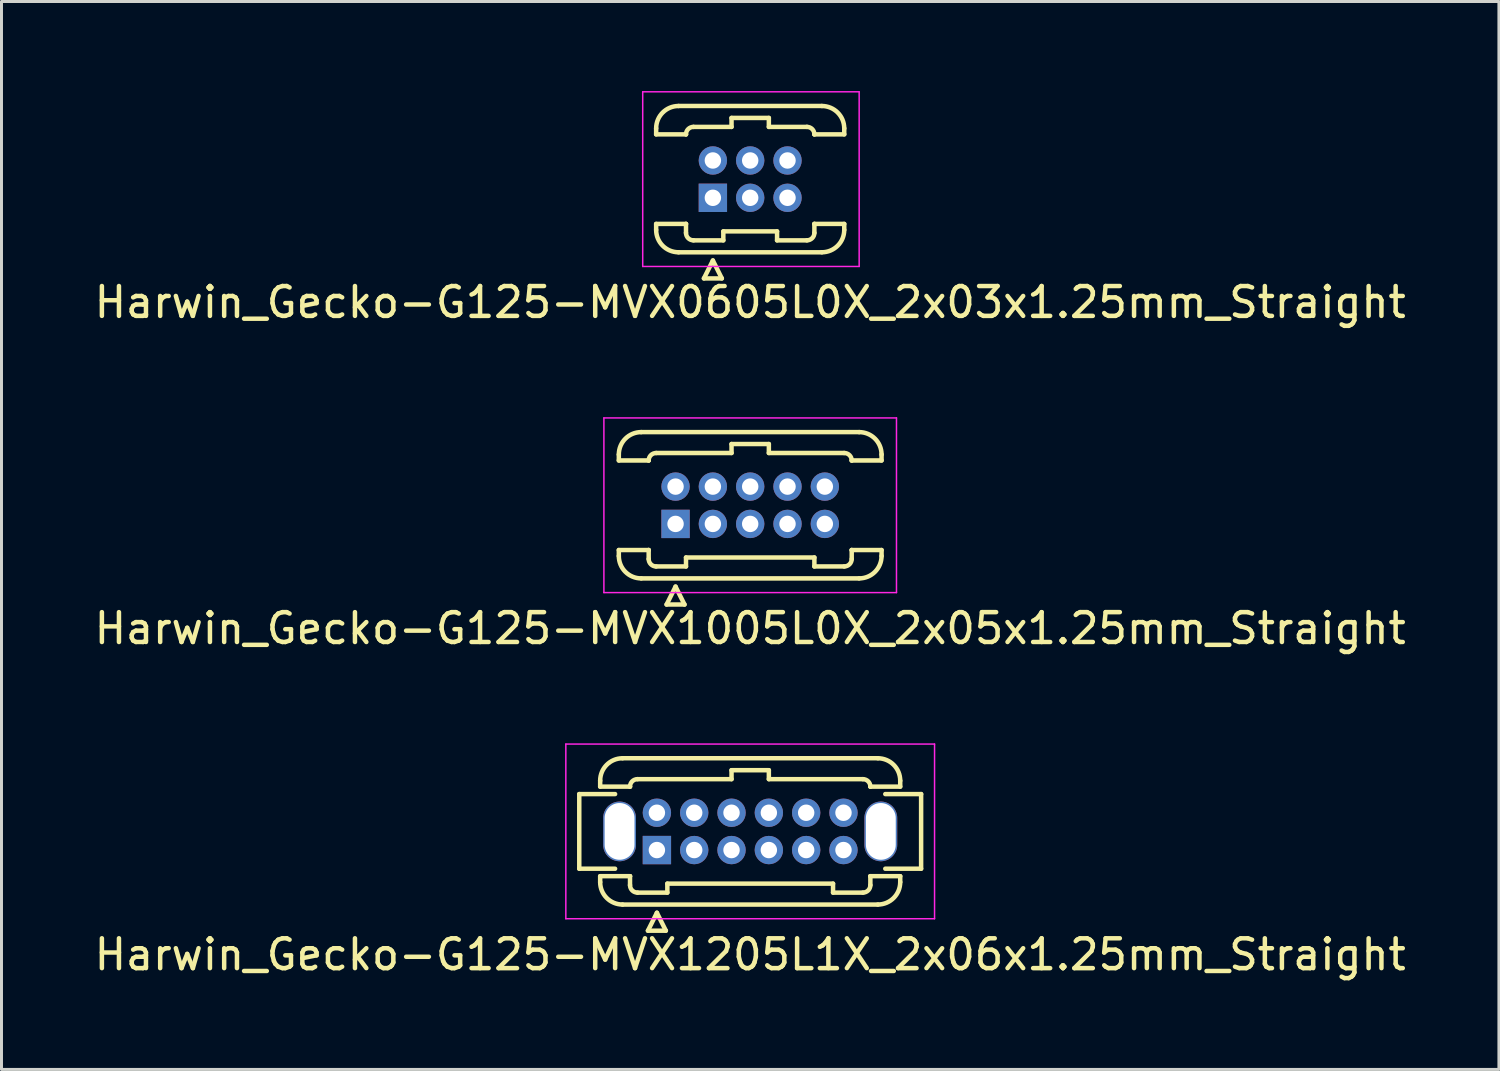
<source format=kicad_pcb>
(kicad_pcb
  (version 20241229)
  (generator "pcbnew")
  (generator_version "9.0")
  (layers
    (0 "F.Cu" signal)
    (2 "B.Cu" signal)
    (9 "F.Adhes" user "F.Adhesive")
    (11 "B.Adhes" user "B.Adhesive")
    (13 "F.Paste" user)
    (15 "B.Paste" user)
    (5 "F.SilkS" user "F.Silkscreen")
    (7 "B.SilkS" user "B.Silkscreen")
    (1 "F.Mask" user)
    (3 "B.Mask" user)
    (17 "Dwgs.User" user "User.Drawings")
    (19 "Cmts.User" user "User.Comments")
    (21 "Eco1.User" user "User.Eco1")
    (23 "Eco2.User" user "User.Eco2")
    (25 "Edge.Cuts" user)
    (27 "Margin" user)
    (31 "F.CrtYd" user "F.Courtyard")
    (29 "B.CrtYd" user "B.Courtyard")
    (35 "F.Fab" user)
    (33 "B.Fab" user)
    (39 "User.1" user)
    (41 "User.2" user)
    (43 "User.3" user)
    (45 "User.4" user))
  (footprint "Harwin_Gecko-G125-MVX1005L0X_2x05x1.25mm_Straight"
    (layer "F.Cu")
    (at 19.577 14.498)
    (property "Reference" "Harwin_Gecko-G125-MVX1005L0X_2x05x1.25mm_Straight" (at 2.5 3.5 0) (layer "F.SilkS") (effects (font (size 1 1) (thickness 0.15))))
    (attr through_hole)
    (fp_line (start -1.9 -2.325) (end -1.9 -2.125) (stroke (width 0.15) (type solid)) (layer "F.SilkS"))
    (fp_line (start -1.9 -2.125) (end -0.9 -2.125) (stroke (width 0.15) (type solid)) (layer "F.SilkS"))
    (fp_line (start -1.9 0.875) (end -0.9 0.875) (stroke (width 0.15) (type solid)) (layer "F.SilkS"))
    (fp_line (start -1.9 1.075) (end -1.9 0.875) (stroke (width 0.15) (type solid)) (layer "F.SilkS"))
    (fp_line (start -1.15 -3.075) (end 6.15 -3.075) (stroke (width 0.15) (type solid)) (layer "F.SilkS"))
    (fp_line (start -1.15 1.825) (end 6.15 1.825) (stroke (width 0.15) (type solid)) (layer "F.SilkS"))
    (fp_line (start -0.9 -2.125) (end -0.9 -2.125) (stroke (width 0.15) (type solid)) (layer "F.SilkS"))
    (fp_line (start -0.9 0.875) (end -0.9 0.875) (stroke (width 0.15) (type solid)) (layer "F.SilkS"))
    (fp_line (start -0.9 1.175) (end -0.9 0.875) (stroke (width 0.15) (type solid)) (layer "F.SilkS"))
    (fp_line (start -0.65 -2.375) (end 1.875 -2.375) (stroke (width 0.15) (type solid)) (layer "F.SilkS"))
    (fp_line (start -0.65 1.425) (end 0.35 1.425) (stroke (width 0.15) (type solid)) (layer "F.SilkS"))
    (fp_line (start -0.3 2.7) (end 0.3 2.7) (stroke (width 0.15) (type solid)) (layer "F.SilkS"))
    (fp_line (start 0 2.1) (end -0.3 2.7) (stroke (width 0.15) (type solid)) (layer "F.SilkS"))
    (fp_line (start 0.3 2.7) (end 0 2.1) (stroke (width 0.15) (type solid)) (layer "F.SilkS"))
    (fp_line (start 0.35 1.125) (end 4.65 1.125) (stroke (width 0.15) (type solid)) (layer "F.SilkS"))
    (fp_line (start 0.35 1.425) (end 0.35 1.125) (stroke (width 0.15) (type solid)) (layer "F.SilkS"))
    (fp_line (start 1.875 -2.675) (end 3.125 -2.675) (stroke (width 0.15) (type solid)) (layer "F.SilkS"))
    (fp_line (start 1.875 -2.375) (end 1.875 -2.675) (stroke (width 0.15) (type solid)) (layer "F.SilkS"))
    (fp_line (start 3.125 -2.675) (end 3.125 -2.375) (stroke (width 0.15) (type solid)) (layer "F.SilkS"))
    (fp_line (start 3.125 -2.375) (end 5.65 -2.375) (stroke (width 0.15) (type solid)) (layer "F.SilkS"))
    (fp_line (start 4.65 1.125) (end 4.65 1.425) (stroke (width 0.15) (type solid)) (layer "F.SilkS"))
    (fp_line (start 4.65 1.425) (end 5.65 1.425) (stroke (width 0.15) (type solid)) (layer "F.SilkS"))
    (fp_line (start 5.9 -2.125) (end 5.9 -2.125) (stroke (width 0.15) (type solid)) (layer "F.SilkS"))
    (fp_line (start 5.9 0.875) (end 5.9 0.875) (stroke (width 0.15) (type solid)) (layer "F.SilkS"))
    (fp_line (start 5.9 1.175) (end 5.9 0.875) (stroke (width 0.15) (type solid)) (layer "F.SilkS"))
    (fp_line (start 6.9 -2.325) (end 6.9 -2.125) (stroke (width 0.15) (type solid)) (layer "F.SilkS"))
    (fp_line (start 6.9 -2.125) (end 5.9 -2.125) (stroke (width 0.15) (type solid)) (layer "F.SilkS"))
    (fp_line (start 6.9 0.875) (end 5.9 0.875) (stroke (width 0.15) (type solid)) (layer "F.SilkS"))
    (fp_line (start 6.9 1.075) (end 6.9 0.875) (stroke (width 0.15) (type solid)) (layer "F.SilkS"))
    (fp_arc (start -1.9 -2.325) (mid -1.68033 -2.85533) (end -1.15 -3.075) (stroke (width 0.15) (type solid)) (layer "F.SilkS"))
    (fp_arc (start -1.15 1.825) (mid -1.68033 1.60533) (end -1.9 1.075) (stroke (width 0.15) (type solid)) (layer "F.SilkS"))
    (fp_arc (start -0.9 -2.125) (mid -0.826777 -2.301777) (end -0.65 -2.375) (stroke (width 0.15) (type solid)) (layer "F.SilkS"))
    (fp_arc (start -0.65 1.425) (mid -0.826777 1.351777) (end -0.9 1.175) (stroke (width 0.15) (type solid)) (layer "F.SilkS"))
    (fp_arc (start 5.65 -2.375) (mid 5.826777 -2.301777) (end 5.9 -2.125) (stroke (width 0.15) (type solid)) (layer "F.SilkS"))
    (fp_arc (start 5.9 1.175) (mid 5.826777 1.351777) (end 5.65 1.425) (stroke (width 0.15) (type solid)) (layer "F.SilkS"))
    (fp_arc (start 6.15 -3.075) (mid 6.68033 -2.85533) (end 6.9 -2.325) (stroke (width 0.15) (type solid)) (layer "F.SilkS"))
    (fp_arc (start 6.9 1.075) (mid 6.68033 1.60533) (end 6.15 1.825) (stroke (width 0.15) (type solid)) (layer "F.SilkS"))
    (fp_line (start -2.4 -3.55) (end -2.4 2.3) (stroke (width 0.05) (type solid)) (layer "F.CrtYd"))
    (fp_line (start -2.4 2.3) (end 7.4 2.3) (stroke (width 0.05) (type solid)) (layer "F.CrtYd"))
    (fp_line (start 7.4 -3.55) (end -2.4 -3.55) (stroke (width 0.05) (type solid)) (layer "F.CrtYd"))
    (fp_line (start 7.4 2.3) (end 7.4 -3.55) (stroke (width 0.05) (type solid)) (layer "F.CrtYd"))
    (pad "1" thru_hole rect (at 0 0) (size 0.95 0.95) (drill 0.55) (layers "*.Cu" "*.Mask"))
    (pad "2" thru_hole circle (at 0 -1.25) (size 0.95 0.95) (drill 0.55) (layers "*.Cu" "*.Mask"))
    (pad "3" thru_hole circle (at 1.25 0) (size 0.95 0.95) (drill 0.55) (layers "*.Cu" "*.Mask"))
    (pad "4" thru_hole circle (at 1.25 -1.25) (size 0.95 0.95) (drill 0.55) (layers "*.Cu" "*.Mask"))
    (pad "5" thru_hole circle (at 2.5 0) (size 0.95 0.95) (drill 0.55) (layers "*.Cu" "*.Mask"))
    (pad "6" thru_hole circle (at 2.5 -1.25) (size 0.95 0.95) (drill 0.55) (layers "*.Cu" "*.Mask"))
    (pad "7" thru_hole circle (at 3.75 0) (size 0.95 0.95) (drill 0.55) (layers "*.Cu" "*.Mask"))
    (pad "8" thru_hole circle (at 3.75 -1.25) (size 0.95 0.95) (drill 0.55) (layers "*.Cu" "*.Mask"))
    (pad "9" thru_hole circle (at 5 0) (size 0.95 0.95) (drill 0.55) (layers "*.Cu" "*.Mask"))
    (pad "10" thru_hole circle (at 5 -1.25) (size 0.95 0.95) (drill 0.55) (layers "*.Cu" "*.Mask")))
  (footprint "Harwin_Gecko-G125-MVX1205L1X_2x06x1.25mm_Straight"
    (layer "F.Cu")
    (at 18.952 25.422)
    (property "Reference" "Harwin_Gecko-G125-MVX1205L1X_2x06x1.25mm_Straight" (at 3.125 3.5 0) (layer "F.SilkS") (effects (font (size 1 1) (thickness 0.15))))
    (attr through_hole)
    (fp_line (start -2.6 -1.875) (end -2.6 0.625) (stroke (width 0.15) (type solid)) (layer "F.SilkS"))
    (fp_line (start -2.6 0.625) (end -1.4 0.625) (stroke (width 0.15) (type solid)) (layer "F.SilkS"))
    (fp_line (start -1.9 -2.325) (end -1.9 -2.125) (stroke (width 0.15) (type solid)) (layer "F.SilkS"))
    (fp_line (start -1.9 -2.125) (end -0.9 -2.125) (stroke (width 0.15) (type solid)) (layer "F.SilkS"))
    (fp_line (start -1.9 0.875) (end -0.9 0.875) (stroke (width 0.15) (type solid)) (layer "F.SilkS"))
    (fp_line (start -1.9 1.075) (end -1.9 0.875) (stroke (width 0.15) (type solid)) (layer "F.SilkS"))
    (fp_line (start -1.4 -1.875) (end -2.6 -1.875) (stroke (width 0.15) (type solid)) (layer "F.SilkS"))
    (fp_line (start -1.15 -3.075) (end 7.4 -3.075) (stroke (width 0.15) (type solid)) (layer "F.SilkS"))
    (fp_line (start -1.15 1.825) (end 7.4 1.825) (stroke (width 0.15) (type solid)) (layer "F.SilkS"))
    (fp_line (start -0.9 -2.125) (end -0.9 -2.125) (stroke (width 0.15) (type solid)) (layer "F.SilkS"))
    (fp_line (start -0.9 0.875) (end -0.9 0.875) (stroke (width 0.15) (type solid)) (layer "F.SilkS"))
    (fp_line (start -0.9 1.175) (end -0.9 0.875) (stroke (width 0.15) (type solid)) (layer "F.SilkS"))
    (fp_line (start -0.65 -2.375) (end 2.5 -2.375) (stroke (width 0.15) (type solid)) (layer "F.SilkS"))
    (fp_line (start -0.65 1.425) (end 0.35 1.425) (stroke (width 0.15) (type solid)) (layer "F.SilkS"))
    (fp_line (start -0.3 2.7) (end 0.3 2.7) (stroke (width 0.15) (type solid)) (layer "F.SilkS"))
    (fp_line (start 0 2.1) (end -0.3 2.7) (stroke (width 0.15) (type solid)) (layer "F.SilkS"))
    (fp_line (start 0.3 2.7) (end 0 2.1) (stroke (width 0.15) (type solid)) (layer "F.SilkS"))
    (fp_line (start 0.35 1.125) (end 5.9 1.125) (stroke (width 0.15) (type solid)) (layer "F.SilkS"))
    (fp_line (start 0.35 1.425) (end 0.35 1.125) (stroke (width 0.15) (type solid)) (layer "F.SilkS"))
    (fp_line (start 2.5 -2.675) (end 3.75 -2.675) (stroke (width 0.15) (type solid)) (layer "F.SilkS"))
    (fp_line (start 2.5 -2.375) (end 2.5 -2.675) (stroke (width 0.15) (type solid)) (layer "F.SilkS"))
    (fp_line (start 3.75 -2.675) (end 3.75 -2.375) (stroke (width 0.15) (type solid)) (layer "F.SilkS"))
    (fp_line (start 3.75 -2.375) (end 6.9 -2.375) (stroke (width 0.15) (type solid)) (layer "F.SilkS"))
    (fp_line (start 5.9 1.125) (end 5.9 1.425) (stroke (width 0.15) (type solid)) (layer "F.SilkS"))
    (fp_line (start 5.9 1.425) (end 6.9 1.425) (stroke (width 0.15) (type solid)) (layer "F.SilkS"))
    (fp_line (start 7.15 -2.125) (end 7.15 -2.125) (stroke (width 0.15) (type solid)) (layer "F.SilkS"))
    (fp_line (start 7.15 0.875) (end 7.15 0.875) (stroke (width 0.15) (type solid)) (layer "F.SilkS"))
    (fp_line (start 7.15 1.175) (end 7.15 0.875) (stroke (width 0.15) (type solid)) (layer "F.SilkS"))
    (fp_line (start 7.65 -1.875) (end 8.85 -1.875) (stroke (width 0.15) (type solid)) (layer "F.SilkS"))
    (fp_line (start 8.15 -2.325) (end 8.15 -2.125) (stroke (width 0.15) (type solid)) (layer "F.SilkS"))
    (fp_line (start 8.15 -2.125) (end 7.15 -2.125) (stroke (width 0.15) (type solid)) (layer "F.SilkS"))
    (fp_line (start 8.15 0.875) (end 7.15 0.875) (stroke (width 0.15) (type solid)) (layer "F.SilkS"))
    (fp_line (start 8.15 1.075) (end 8.15 0.875) (stroke (width 0.15) (type solid)) (layer "F.SilkS"))
    (fp_line (start 8.85 -1.875) (end 8.85 0.625) (stroke (width 0.15) (type solid)) (layer "F.SilkS"))
    (fp_line (start 8.85 0.625) (end 7.65 0.625) (stroke (width 0.15) (type solid)) (layer "F.SilkS"))
    (fp_arc (start -1.9 -2.325) (mid -1.68033 -2.85533) (end -1.15 -3.075) (stroke (width 0.15) (type solid)) (layer "F.SilkS"))
    (fp_arc (start -1.15 1.825) (mid -1.68033 1.60533) (end -1.9 1.075) (stroke (width 0.15) (type solid)) (layer "F.SilkS"))
    (fp_arc (start -0.9 -2.125) (mid -0.826777 -2.301777) (end -0.65 -2.375) (stroke (width 0.15) (type solid)) (layer "F.SilkS"))
    (fp_arc (start -0.65 1.425) (mid -0.826777 1.351777) (end -0.9 1.175) (stroke (width 0.15) (type solid)) (layer "F.SilkS"))
    (fp_arc (start 6.9 -2.375) (mid 7.076777 -2.301777) (end 7.15 -2.125) (stroke (width 0.15) (type solid)) (layer "F.SilkS"))
    (fp_arc (start 7.15 1.175) (mid 7.076777 1.351777) (end 6.9 1.425) (stroke (width 0.15) (type solid)) (layer "F.SilkS"))
    (fp_arc (start 7.4 -3.075) (mid 7.93033 -2.85533) (end 8.15 -2.325) (stroke (width 0.15) (type solid)) (layer "F.SilkS"))
    (fp_arc (start 8.15 1.075) (mid 7.93033 1.60533) (end 7.4 1.825) (stroke (width 0.15) (type solid)) (layer "F.SilkS"))
    (fp_line (start -3.05 -3.55) (end -3.05 2.3) (stroke (width 0.05) (type solid)) (layer "F.CrtYd"))
    (fp_line (start -3.05 2.3) (end 9.3 2.3) (stroke (width 0.05) (type solid)) (layer "F.CrtYd"))
    (fp_line (start 9.3 -3.55) (end -3.05 -3.55) (stroke (width 0.05) (type solid)) (layer "F.CrtYd"))
    (fp_line (start 9.3 2.3) (end 9.3 -3.55) (stroke (width 0.05) (type solid)) (layer "F.CrtYd"))
    (pad "" np_thru_hole oval (at -1.25 -0.625) (size 1.1 2) (drill oval 1 1.9) (layers "*.Cu" "*.Mask"))
    (pad "" np_thru_hole oval (at 7.5 -0.625) (size 1.1 2) (drill oval 1 1.9) (layers "*.Cu" "*.Mask"))
    (pad "1" thru_hole rect (at 0 0) (size 0.95 0.95) (drill 0.55) (layers "*.Cu" "*.Mask"))
    (pad "2" thru_hole circle (at 0 -1.25) (size 0.95 0.95) (drill 0.55) (layers "*.Cu" "*.Mask"))
    (pad "3" thru_hole circle (at 1.25 0) (size 0.95 0.95) (drill 0.55) (layers "*.Cu" "*.Mask"))
    (pad "4" thru_hole circle (at 1.25 -1.25) (size 0.95 0.95) (drill 0.55) (layers "*.Cu" "*.Mask"))
    (pad "5" thru_hole circle (at 2.5 0) (size 0.95 0.95) (drill 0.55) (layers "*.Cu" "*.Mask"))
    (pad "6" thru_hole circle (at 2.5 -1.25) (size 0.95 0.95) (drill 0.55) (layers "*.Cu" "*.Mask"))
    (pad "7" thru_hole circle (at 3.75 0) (size 0.95 0.95) (drill 0.55) (layers "*.Cu" "*.Mask"))
    (pad "8" thru_hole circle (at 3.75 -1.25) (size 0.95 0.95) (drill 0.55) (layers "*.Cu" "*.Mask"))
    (pad "9" thru_hole circle (at 5 0) (size 0.95 0.95) (drill 0.55) (layers "*.Cu" "*.Mask"))
    (pad "10" thru_hole circle (at 5 -1.25) (size 0.95 0.95) (drill 0.55) (layers "*.Cu" "*.Mask"))
    (pad "11" thru_hole circle (at 6.25 0) (size 0.95 0.95) (drill 0.55) (layers "*.Cu" "*.Mask"))
    (pad "12" thru_hole circle (at 6.25 -1.25) (size 0.95 0.95) (drill 0.55) (layers "*.Cu" "*.Mask")))
  (footprint "Harwin_Gecko-G125-MVX0605L0X_2x03x1.25mm_Straight"
    (layer "F.Cu")
    (at 20.827 3.575)
    (property "Reference" "Harwin_Gecko-G125-MVX0605L0X_2x03x1.25mm_Straight" (at 1.25 3.5 0) (layer "F.SilkS") (effects (font (size 1 1) (thickness 0.15))))
    (attr through_hole)
    (fp_line (start -1.9 -2.325) (end -1.9 -2.125) (stroke (width 0.15) (type solid)) (layer "F.SilkS"))
    (fp_line (start -1.9 -2.125) (end -0.9 -2.125) (stroke (width 0.15) (type solid)) (layer "F.SilkS"))
    (fp_line (start -1.9 0.875) (end -0.9 0.875) (stroke (width 0.15) (type solid)) (layer "F.SilkS"))
    (fp_line (start -1.9 1.075) (end -1.9 0.875) (stroke (width 0.15) (type solid)) (layer "F.SilkS"))
    (fp_line (start -1.15 -3.075) (end 3.65 -3.075) (stroke (width 0.15) (type solid)) (layer "F.SilkS"))
    (fp_line (start -1.15 1.825) (end 3.65 1.825) (stroke (width 0.15) (type solid)) (layer "F.SilkS"))
    (fp_line (start -0.9 -2.125) (end -0.9 -2.125) (stroke (width 0.15) (type solid)) (layer "F.SilkS"))
    (fp_line (start -0.9 0.875) (end -0.9 0.875) (stroke (width 0.15) (type solid)) (layer "F.SilkS"))
    (fp_line (start -0.9 1.175) (end -0.9 0.875) (stroke (width 0.15) (type solid)) (layer "F.SilkS"))
    (fp_line (start -0.65 -2.375) (end 0.625 -2.375) (stroke (width 0.15) (type solid)) (layer "F.SilkS"))
    (fp_line (start -0.65 1.425) (end 0.35 1.425) (stroke (width 0.15) (type solid)) (layer "F.SilkS"))
    (fp_line (start -0.3 2.7) (end 0.3 2.7) (stroke (width 0.15) (type solid)) (layer "F.SilkS"))
    (fp_line (start 0 2.1) (end -0.3 2.7) (stroke (width 0.15) (type solid)) (layer "F.SilkS"))
    (fp_line (start 0.3 2.7) (end 0 2.1) (stroke (width 0.15) (type solid)) (layer "F.SilkS"))
    (fp_line (start 0.35 1.125) (end 2.15 1.125) (stroke (width 0.15) (type solid)) (layer "F.SilkS"))
    (fp_line (start 0.35 1.425) (end 0.35 1.125) (stroke (width 0.15) (type solid)) (layer "F.SilkS"))
    (fp_line (start 0.625 -2.675) (end 1.875 -2.675) (stroke (width 0.15) (type solid)) (layer "F.SilkS"))
    (fp_line (start 0.625 -2.375) (end 0.625 -2.675) (stroke (width 0.15) (type solid)) (layer "F.SilkS"))
    (fp_line (start 1.875 -2.675) (end 1.875 -2.375) (stroke (width 0.15) (type solid)) (layer "F.SilkS"))
    (fp_line (start 1.875 -2.375) (end 3.15 -2.375) (stroke (width 0.15) (type solid)) (layer "F.SilkS"))
    (fp_line (start 2.15 1.125) (end 2.15 1.425) (stroke (width 0.15) (type solid)) (layer "F.SilkS"))
    (fp_line (start 2.15 1.425) (end 3.15 1.425) (stroke (width 0.15) (type solid)) (layer "F.SilkS"))
    (fp_line (start 3.4 -2.125) (end 3.4 -2.125) (stroke (width 0.15) (type solid)) (layer "F.SilkS"))
    (fp_line (start 3.4 0.875) (end 3.4 0.875) (stroke (width 0.15) (type solid)) (layer "F.SilkS"))
    (fp_line (start 3.4 1.175) (end 3.4 0.875) (stroke (width 0.15) (type solid)) (layer "F.SilkS"))
    (fp_line (start 4.4 -2.325) (end 4.4 -2.125) (stroke (width 0.15) (type solid)) (layer "F.SilkS"))
    (fp_line (start 4.4 -2.125) (end 3.4 -2.125) (stroke (width 0.15) (type solid)) (layer "F.SilkS"))
    (fp_line (start 4.4 0.875) (end 3.4 0.875) (stroke (width 0.15) (type solid)) (layer "F.SilkS"))
    (fp_line (start 4.4 1.075) (end 4.4 0.875) (stroke (width 0.15) (type solid)) (layer "F.SilkS"))
    (fp_arc (start -1.9 -2.325) (mid -1.68033 -2.85533) (end -1.15 -3.075) (stroke (width 0.15) (type solid)) (layer "F.SilkS"))
    (fp_arc (start -1.15 1.825) (mid -1.68033 1.60533) (end -1.9 1.075) (stroke (width 0.15) (type solid)) (layer "F.SilkS"))
    (fp_arc (start -0.9 -2.125) (mid -0.826777 -2.301777) (end -0.65 -2.375) (stroke (width 0.15) (type solid)) (layer "F.SilkS"))
    (fp_arc (start -0.65 1.425) (mid -0.826777 1.351777) (end -0.9 1.175) (stroke (width 0.15) (type solid)) (layer "F.SilkS"))
    (fp_arc (start 3.15 -2.375) (mid 3.326777 -2.301777) (end 3.4 -2.125) (stroke (width 0.15) (type solid)) (layer "F.SilkS"))
    (fp_arc (start 3.4 1.175) (mid 3.326777 1.351777) (end 3.15 1.425) (stroke (width 0.15) (type solid)) (layer "F.SilkS"))
    (fp_arc (start 3.65 -3.075) (mid 4.18033 -2.85533) (end 4.4 -2.325) (stroke (width 0.15) (type solid)) (layer "F.SilkS"))
    (fp_arc (start 4.4 1.075) (mid 4.18033 1.60533) (end 3.65 1.825) (stroke (width 0.15) (type solid)) (layer "F.SilkS"))
    (fp_line (start -2.35 -3.55) (end -2.35 2.3) (stroke (width 0.05) (type solid)) (layer "F.CrtYd"))
    (fp_line (start -2.35 2.3) (end 4.9 2.3) (stroke (width 0.05) (type solid)) (layer "F.CrtYd"))
    (fp_line (start 4.9 -3.55) (end -2.35 -3.55) (stroke (width 0.05) (type solid)) (layer "F.CrtYd"))
    (fp_line (start 4.9 2.3) (end 4.9 -3.55) (stroke (width 0.05) (type solid)) (layer "F.CrtYd"))
    (pad "1" thru_hole rect (at 0 0) (size 0.95 0.95) (drill 0.55) (layers "*.Cu" "*.Mask"))
    (pad "2" thru_hole circle (at 0 -1.25) (size 0.95 0.95) (drill 0.55) (layers "*.Cu" "*.Mask"))
    (pad "3" thru_hole circle (at 1.25 0) (size 0.95 0.95) (drill 0.55) (layers "*.Cu" "*.Mask"))
    (pad "4" thru_hole circle (at 1.25 -1.25) (size 0.95 0.95) (drill 0.55) (layers "*.Cu" "*.Mask"))
    (pad "5" thru_hole circle (at 2.5 0) (size 0.95 0.95) (drill 0.55) (layers "*.Cu" "*.Mask"))
    (pad "6" thru_hole circle (at 2.5 -1.25) (size 0.95 0.95) (drill 0.55) (layers "*.Cu" "*.Mask")))
  (gr_rect
    (start -3 -3)
    (end 47.155 32.77)
    (stroke (width 0.1) (type default))
    (fill no)
    (layer "Edge.Cuts")))
</source>
